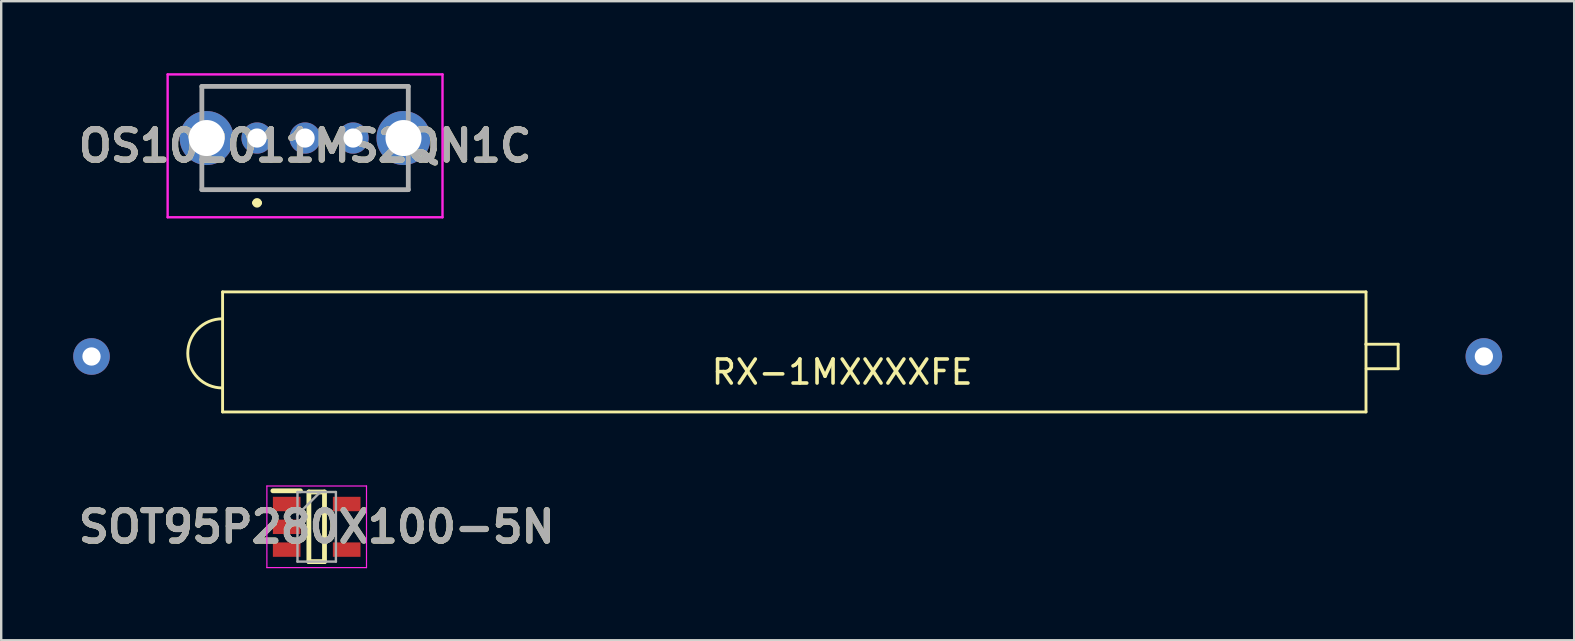
<source format=kicad_pcb>
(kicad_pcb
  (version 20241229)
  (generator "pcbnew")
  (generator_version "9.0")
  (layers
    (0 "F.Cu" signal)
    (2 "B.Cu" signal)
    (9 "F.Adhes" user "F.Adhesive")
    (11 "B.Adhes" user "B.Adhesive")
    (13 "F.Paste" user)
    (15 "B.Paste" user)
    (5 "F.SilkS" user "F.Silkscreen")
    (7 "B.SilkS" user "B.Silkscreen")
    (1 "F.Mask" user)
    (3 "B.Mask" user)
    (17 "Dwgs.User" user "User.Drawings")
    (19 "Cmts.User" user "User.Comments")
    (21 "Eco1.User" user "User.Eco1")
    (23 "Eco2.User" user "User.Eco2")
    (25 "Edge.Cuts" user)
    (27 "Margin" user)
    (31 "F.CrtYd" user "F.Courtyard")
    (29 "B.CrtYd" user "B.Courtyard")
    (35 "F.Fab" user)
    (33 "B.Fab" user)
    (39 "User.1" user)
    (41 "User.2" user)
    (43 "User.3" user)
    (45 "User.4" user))
  (footprint "RX-1MXXXXFE"
    (layer "F.Cu")
    (at 31.762 11.8)
    (property "Reference" "RX-1MXXXXFE" (at 0.27 0.65 180) (layer "F.SilkS") (effects (font (size 1 1) (thickness 0.15))))
    (attr through_hole)
    (fp_line (start -25.54 -2.69) (end -25.54 2.31) (stroke (width 0.12) (type solid)) (layer "F.SilkS"))
    (fp_line (start -25.54 2.31) (end 22.09 2.31) (stroke (width 0.12) (type solid)) (layer "F.SilkS"))
    (fp_line (start 22.08 -0.51) (end 23.43 -0.51) (stroke (width 0.12) (type solid)) (layer "F.SilkS"))
    (fp_line (start 22.09 -2.69) (end -25.54 -2.69) (stroke (width 0.12) (type solid)) (layer "F.SilkS"))
    (fp_line (start 22.09 2.31) (end 22.09 -2.69) (stroke (width 0.12) (type solid)) (layer "F.SilkS"))
    (fp_line (start 23.43 -0.51) (end 23.43 0.51) (stroke (width 0.12) (type solid)) (layer "F.SilkS"))
    (fp_line (start 23.43 0.51) (end 22.1 0.51) (stroke (width 0.12) (type solid)) (layer "F.SilkS"))
    (fp_arc (start -25.55 1.310312) (mid -26.990312 -0.13) (end -25.55 -1.570312) (stroke (width 0.12) (type solid)) (layer "F.SilkS"))
    (pad "1" thru_hole circle (at -31 0) (size 1.524 1.524) (drill 0.762) (layers "*.Cu" "*.Mask"))
    (pad "2" thru_hole circle (at 27 0) (size 1.524 1.524) (drill 0.762) (layers "*.Cu" "*.Mask")))
  (footprint "OS102011MS2QN1C"
    (layer "F.Cu")
    (at 7.658 2.7)
    (property "Reference" "OS102011MS2QN1C" (at 2 0.325 0) (layer "F.SilkS") (effects (font (size 1.27 1.27) (thickness 0.254))))
    (attr through_hole)
    (fp_line (start -2.3 -2.15) (end 6.3 -2.15) (stroke (width 0.1) (type solid)) (layer "F.SilkS"))
    (fp_line (start -2.3 -1.5) (end -2.3 -2.15) (stroke (width 0.1) (type solid)) (layer "F.SilkS"))
    (fp_line (start -2.3 1.5) (end -2.3 2.15) (stroke (width 0.1) (type solid)) (layer "F.SilkS"))
    (fp_line (start -2.3 2.15) (end 6.3 2.15) (stroke (width 0.1) (type solid)) (layer "F.SilkS"))
    (fp_line (start -0.1 2.7) (end -0.1 2.7) (stroke (width 0.2) (type solid)) (layer "F.SilkS"))
    (fp_line (start 0.1 2.7) (end 0.1 2.7) (stroke (width 0.2) (type solid)) (layer "F.SilkS"))
    (fp_line (start 6.3 -2.15) (end 6.3 -1.5) (stroke (width 0.1) (type solid)) (layer "F.SilkS"))
    (fp_line (start 6.3 2.15) (end 6.3 1.5) (stroke (width 0.1) (type solid)) (layer "F.SilkS"))
    (fp_arc (start -0.1 2.7) (mid 0 2.6) (end 0.1 2.7) (stroke (width 0.2) (type solid)) (layer "F.SilkS"))
    (fp_arc (start 0.1 2.7) (mid 0 2.8) (end -0.1 2.7) (stroke (width 0.2) (type solid)) (layer "F.SilkS"))
    (fp_line (start -3.725 -2.65) (end 7.725 -2.65) (stroke (width 0.1) (type solid)) (layer "F.CrtYd"))
    (fp_line (start -3.725 3.3) (end -3.725 -2.65) (stroke (width 0.1) (type solid)) (layer "F.CrtYd"))
    (fp_line (start 7.725 -2.65) (end 7.725 3.3) (stroke (width 0.1) (type solid)) (layer "F.CrtYd"))
    (fp_line (start 7.725 3.3) (end -3.725 3.3) (stroke (width 0.1) (type solid)) (layer "F.CrtYd"))
    (fp_line (start -2.3 -2.15) (end 6.3 -2.15) (stroke (width 0.2) (type solid)) (layer "F.Fab"))
    (fp_line (start -2.3 2.15) (end -2.3 -2.15) (stroke (width 0.2) (type solid)) (layer "F.Fab"))
    (fp_line (start 6.3 -2.15) (end 6.3 2.15) (stroke (width 0.2) (type solid)) (layer "F.Fab"))
    (fp_line (start 6.3 2.15) (end -2.3 2.15) (stroke (width 0.2) (type solid)) (layer "F.Fab"))
    (fp_text user "${REFERENCE}" (at 2 0.325 0) (layer "F.Fab") (effects (font (size 1.27 1.27) (thickness 0.254))))
    (pad "1" thru_hole circle (at 0 0) (size 1.3 1.3) (drill 0.8) (layers "*.Cu" "*.Mask"))
    (pad "2" thru_hole circle (at 2 0) (size 1.3 1.3) (drill 0.8) (layers "*.Cu" "*.Mask"))
    (pad "3" thru_hole circle (at 4 0) (size 1.3 1.3) (drill 0.8) (layers "*.Cu" "*.Mask"))
    (pad "MH1" thru_hole circle (at -2.1 0) (size 2.25 2.25) (drill 1.5) (layers "*.Cu" "*.Mask"))
    (pad "MH2" thru_hole circle (at 6.1 0) (size 2.25 2.25) (drill 1.5) (layers "*.Cu" "*.Mask")))
  (footprint "SOT95P280X100-5N"
    (layer "F.Cu")
    (at 10.142 18.895)
    (property "Reference" "SOT95P280X100-5N" (at 0 0 0) (layer "F.SilkS") (effects (font (size 1.27 1.27) (thickness 0.254))))
    (attr smd)
    (fp_line (start -1.825 -1.5) (end -0.675 -1.5) (stroke (width 0.2) (type solid)) (layer "F.SilkS"))
    (fp_line (start -0.325 -1.45) (end 0.325 -1.45) (stroke (width 0.2) (type solid)) (layer "F.SilkS"))
    (fp_line (start -0.325 1.45) (end -0.325 -1.45) (stroke (width 0.2) (type solid)) (layer "F.SilkS"))
    (fp_line (start 0.325 -1.45) (end 0.325 1.45) (stroke (width 0.2) (type solid)) (layer "F.SilkS"))
    (fp_line (start 0.325 1.45) (end -0.325 1.45) (stroke (width 0.2) (type solid)) (layer "F.SilkS"))
    (fp_line (start -2.075 -1.7) (end 2.075 -1.7) (stroke (width 0.05) (type solid)) (layer "F.CrtYd"))
    (fp_line (start -2.075 1.7) (end -2.075 -1.7) (stroke (width 0.05) (type solid)) (layer "F.CrtYd"))
    (fp_line (start 2.075 -1.7) (end 2.075 1.7) (stroke (width 0.05) (type solid)) (layer "F.CrtYd"))
    (fp_line (start 2.075 1.7) (end -2.075 1.7) (stroke (width 0.05) (type solid)) (layer "F.CrtYd"))
    (fp_line (start -0.8 -1.45) (end 0.8 -1.45) (stroke (width 0.1) (type solid)) (layer "F.Fab"))
    (fp_line (start -0.8 -0.5) (end 0.15 -1.45) (stroke (width 0.1) (type solid)) (layer "F.Fab"))
    (fp_line (start -0.8 1.45) (end -0.8 -1.45) (stroke (width 0.1) (type solid)) (layer "F.Fab"))
    (fp_line (start 0.8 -1.45) (end 0.8 1.45) (stroke (width 0.1) (type solid)) (layer "F.Fab"))
    (fp_line (start 0.8 1.45) (end -0.8 1.45) (stroke (width 0.1) (type solid)) (layer "F.Fab"))
    (fp_text user "${REFERENCE}" (at 0 0 0) (layer "F.Fab") (effects (font (size 1.27 1.27) (thickness 0.254))))
    (pad "1" smd rect (at -1.25 -0.95 90) (size 0.6 1.15) (layers "F.Cu" "F.Mask" "F.Paste"))
    (pad "2" smd rect (at -1.25 0 90) (size 0.6 1.15) (layers "F.Cu" "F.Mask" "F.Paste"))
    (pad "3" smd rect (at -1.25 0.95 90) (size 0.6 1.15) (layers "F.Cu" "F.Mask" "F.Paste"))
    (pad "4" smd rect (at 1.25 0.95 90) (size 0.6 1.15) (layers "F.Cu" "F.Mask" "F.Paste"))
    (pad "5" smd rect (at 1.25 -0.95 90) (size 0.6 1.15) (layers "F.Cu" "F.Mask" "F.Paste")))
  (gr_rect
    (start -3 -3)
    (end 62.524 23.62)
    (stroke (width 0.1) (type default))
    (fill no)
    (layer "Edge.Cuts")))
</source>
